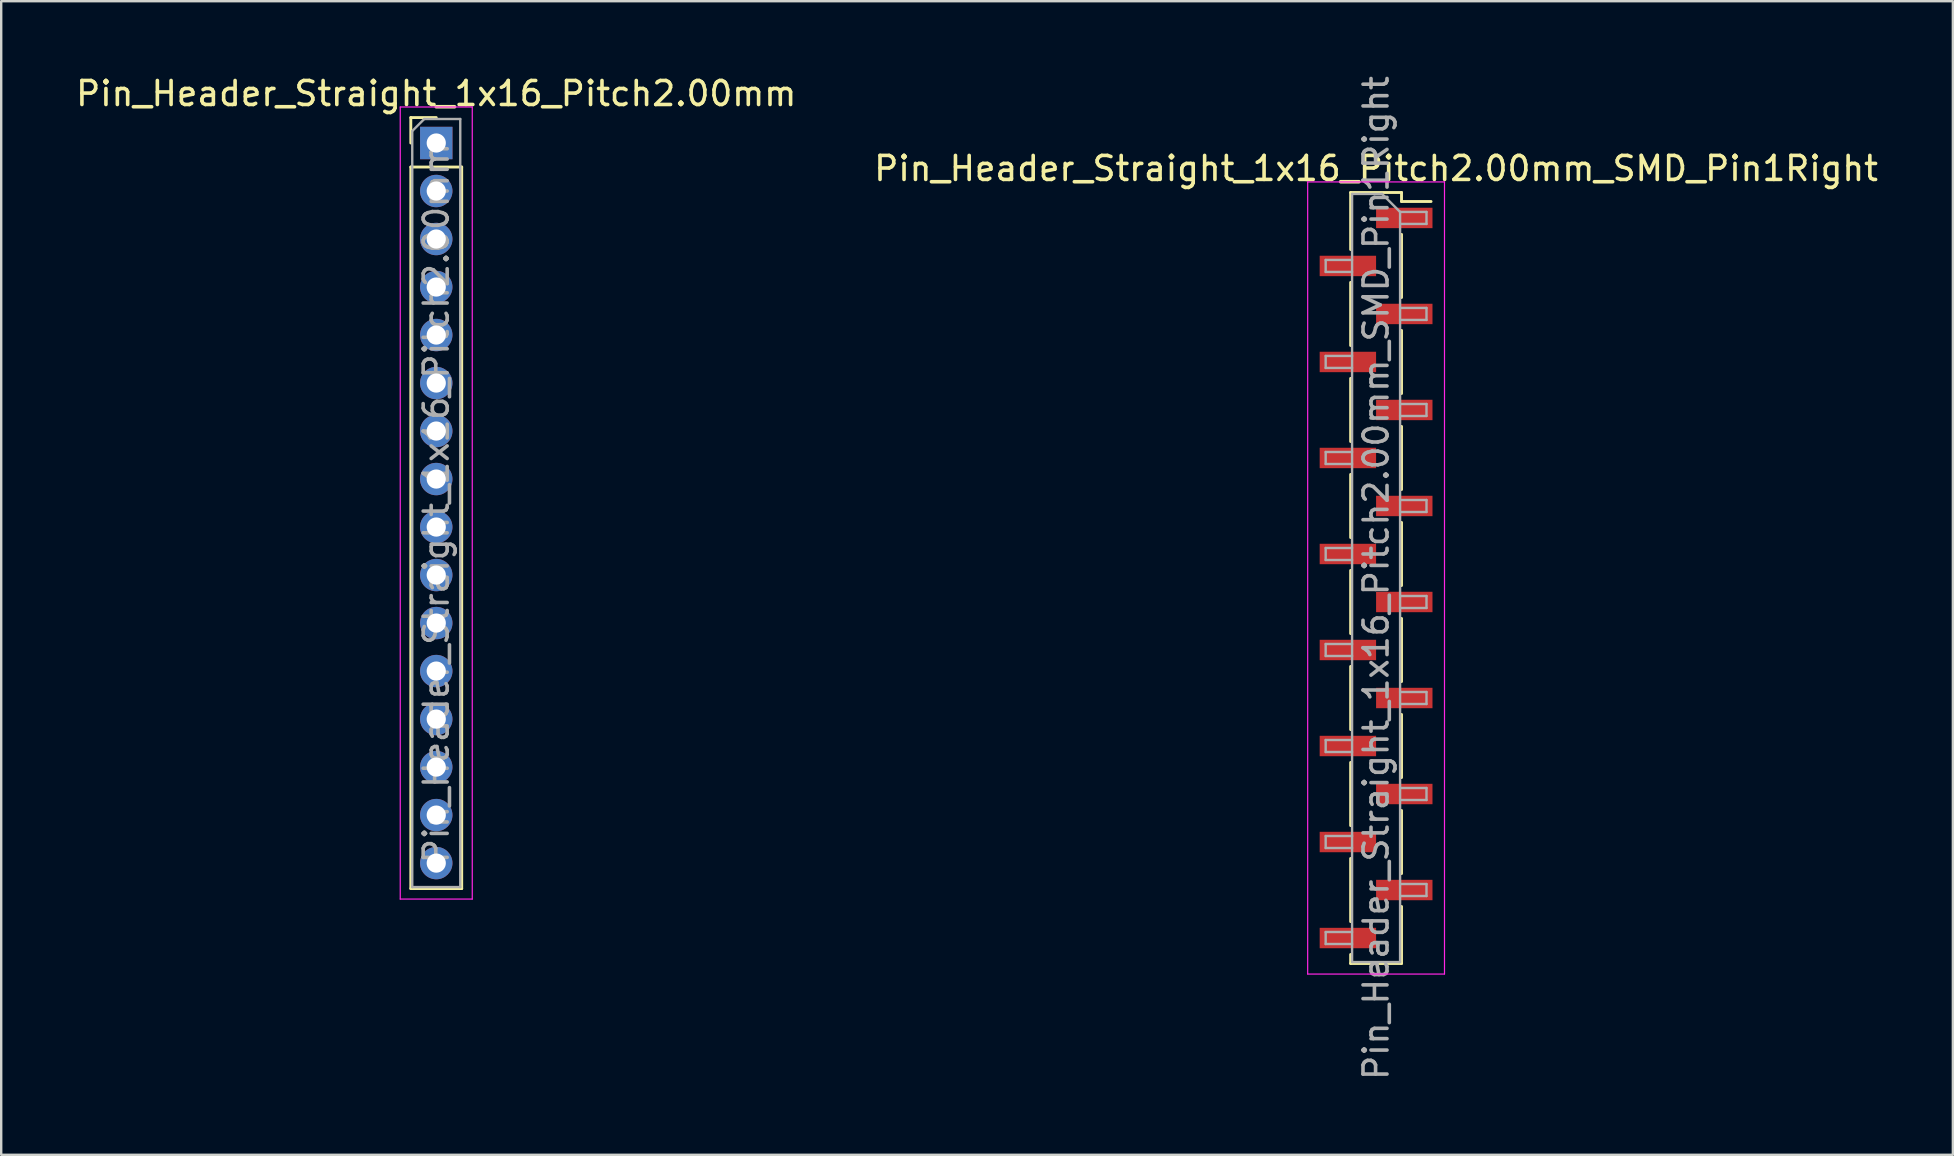
<source format=kicad_pcb>
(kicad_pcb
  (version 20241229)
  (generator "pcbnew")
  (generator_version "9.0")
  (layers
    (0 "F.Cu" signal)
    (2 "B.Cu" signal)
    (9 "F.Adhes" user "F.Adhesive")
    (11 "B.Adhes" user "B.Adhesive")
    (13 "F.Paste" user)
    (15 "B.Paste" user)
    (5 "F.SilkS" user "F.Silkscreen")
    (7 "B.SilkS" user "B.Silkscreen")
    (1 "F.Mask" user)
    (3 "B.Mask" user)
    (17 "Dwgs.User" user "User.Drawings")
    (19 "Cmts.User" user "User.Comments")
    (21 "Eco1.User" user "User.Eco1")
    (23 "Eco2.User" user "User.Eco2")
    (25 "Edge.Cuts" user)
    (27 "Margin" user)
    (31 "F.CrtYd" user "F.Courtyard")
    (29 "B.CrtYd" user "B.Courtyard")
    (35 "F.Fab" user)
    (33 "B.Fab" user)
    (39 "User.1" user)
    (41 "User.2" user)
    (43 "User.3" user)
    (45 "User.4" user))
  (footprint "Pin_Header_Straight_1x16_Pitch2.00mm_SMD_Pin1Right"
    (layer "F.Cu")
    (at 54.28 21.03)
    (property "Reference" "Pin_Header_Straight_1x16_Pitch2.00mm_SMD_Pin1Right" (at 0 -17.06 0) (layer "F.SilkS") (effects (font (size 1 1) (thickness 0.15))))
    (attr smd)
    (fp_line (start -1.06 -16.06) (end -1.06 -13.685) (stroke (width 0.12) (type solid)) (layer "F.SilkS"))
    (fp_line (start -1.06 -16.06) (end 1.06 -16.06) (stroke (width 0.12) (type solid)) (layer "F.SilkS"))
    (fp_line (start -1.06 -12.315) (end -1.06 -9.685) (stroke (width 0.12) (type solid)) (layer "F.SilkS"))
    (fp_line (start -1.06 -8.315) (end -1.06 -5.685) (stroke (width 0.12) (type solid)) (layer "F.SilkS"))
    (fp_line (start -1.06 -4.315) (end -1.06 -1.685) (stroke (width 0.12) (type solid)) (layer "F.SilkS"))
    (fp_line (start -1.06 -0.315) (end -1.06 2.315) (stroke (width 0.12) (type solid)) (layer "F.SilkS"))
    (fp_line (start -1.06 3.685) (end -1.06 6.315) (stroke (width 0.12) (type solid)) (layer "F.SilkS"))
    (fp_line (start -1.06 7.685) (end -1.06 10.315) (stroke (width 0.12) (type solid)) (layer "F.SilkS"))
    (fp_line (start -1.06 11.685) (end -1.06 14.315) (stroke (width 0.12) (type solid)) (layer "F.SilkS"))
    (fp_line (start -1.06 15.685) (end -1.06 16.06) (stroke (width 0.12) (type solid)) (layer "F.SilkS"))
    (fp_line (start -1.06 16.06) (end 1.06 16.06) (stroke (width 0.12) (type solid)) (layer "F.SilkS"))
    (fp_line (start 1.06 -16.06) (end 1.06 -15.685) (stroke (width 0.12) (type solid)) (layer "F.SilkS"))
    (fp_line (start 1.06 -15.685) (end 2.29 -15.685) (stroke (width 0.12) (type solid)) (layer "F.SilkS"))
    (fp_line (start 1.06 -14.315) (end 1.06 -11.685) (stroke (width 0.12) (type solid)) (layer "F.SilkS"))
    (fp_line (start 1.06 -10.315) (end 1.06 -7.685) (stroke (width 0.12) (type solid)) (layer "F.SilkS"))
    (fp_line (start 1.06 -6.315) (end 1.06 -3.685) (stroke (width 0.12) (type solid)) (layer "F.SilkS"))
    (fp_line (start 1.06 -2.315) (end 1.06 0.315) (stroke (width 0.12) (type solid)) (layer "F.SilkS"))
    (fp_line (start 1.06 1.685) (end 1.06 4.315) (stroke (width 0.12) (type solid)) (layer "F.SilkS"))
    (fp_line (start 1.06 5.685) (end 1.06 8.315) (stroke (width 0.12) (type solid)) (layer "F.SilkS"))
    (fp_line (start 1.06 9.685) (end 1.06 12.315) (stroke (width 0.12) (type solid)) (layer "F.SilkS"))
    (fp_line (start 1.06 13.685) (end 1.06 16.06) (stroke (width 0.12) (type solid)) (layer "F.SilkS"))
    (fp_line (start -2.85 -16.5) (end -2.85 16.5) (stroke (width 0.05) (type solid)) (layer "F.CrtYd"))
    (fp_line (start -2.85 16.5) (end 2.85 16.5) (stroke (width 0.05) (type solid)) (layer "F.CrtYd"))
    (fp_line (start 2.85 -16.5) (end -2.85 -16.5) (stroke (width 0.05) (type solid)) (layer "F.CrtYd"))
    (fp_line (start 2.85 16.5) (end 2.85 -16.5) (stroke (width 0.05) (type solid)) (layer "F.CrtYd"))
    (fp_line (start -2.1 -13.25) (end -2.1 -12.75) (stroke (width 0.1) (type solid)) (layer "F.Fab"))
    (fp_line (start -2.1 -12.75) (end -1 -12.75) (stroke (width 0.1) (type solid)) (layer "F.Fab"))
    (fp_line (start -2.1 -9.25) (end -2.1 -8.75) (stroke (width 0.1) (type solid)) (layer "F.Fab"))
    (fp_line (start -2.1 -8.75) (end -1 -8.75) (stroke (width 0.1) (type solid)) (layer "F.Fab"))
    (fp_line (start -2.1 -5.25) (end -2.1 -4.75) (stroke (width 0.1) (type solid)) (layer "F.Fab"))
    (fp_line (start -2.1 -4.75) (end -1 -4.75) (stroke (width 0.1) (type solid)) (layer "F.Fab"))
    (fp_line (start -2.1 -1.25) (end -2.1 -0.75) (stroke (width 0.1) (type solid)) (layer "F.Fab"))
    (fp_line (start -2.1 -0.75) (end -1 -0.75) (stroke (width 0.1) (type solid)) (layer "F.Fab"))
    (fp_line (start -2.1 2.75) (end -2.1 3.25) (stroke (width 0.1) (type solid)) (layer "F.Fab"))
    (fp_line (start -2.1 3.25) (end -1 3.25) (stroke (width 0.1) (type solid)) (layer "F.Fab"))
    (fp_line (start -2.1 6.75) (end -2.1 7.25) (stroke (width 0.1) (type solid)) (layer "F.Fab"))
    (fp_line (start -2.1 7.25) (end -1 7.25) (stroke (width 0.1) (type solid)) (layer "F.Fab"))
    (fp_line (start -2.1 10.75) (end -2.1 11.25) (stroke (width 0.1) (type solid)) (layer "F.Fab"))
    (fp_line (start -2.1 11.25) (end -1 11.25) (stroke (width 0.1) (type solid)) (layer "F.Fab"))
    (fp_line (start -2.1 14.75) (end -2.1 15.25) (stroke (width 0.1) (type solid)) (layer "F.Fab"))
    (fp_line (start -2.1 15.25) (end -1 15.25) (stroke (width 0.1) (type solid)) (layer "F.Fab"))
    (fp_line (start -1 -16) (end -1 16) (stroke (width 0.1) (type solid)) (layer "F.Fab"))
    (fp_line (start -1 -16) (end 0.25 -16) (stroke (width 0.1) (type solid)) (layer "F.Fab"))
    (fp_line (start -1 -13.25) (end -2.1 -13.25) (stroke (width 0.1) (type solid)) (layer "F.Fab"))
    (fp_line (start -1 -9.25) (end -2.1 -9.25) (stroke (width 0.1) (type solid)) (layer "F.Fab"))
    (fp_line (start -1 -5.25) (end -2.1 -5.25) (stroke (width 0.1) (type solid)) (layer "F.Fab"))
    (fp_line (start -1 -1.25) (end -2.1 -1.25) (stroke (width 0.1) (type solid)) (layer "F.Fab"))
    (fp_line (start -1 2.75) (end -2.1 2.75) (stroke (width 0.1) (type solid)) (layer "F.Fab"))
    (fp_line (start -1 6.75) (end -2.1 6.75) (stroke (width 0.1) (type solid)) (layer "F.Fab"))
    (fp_line (start -1 10.75) (end -2.1 10.75) (stroke (width 0.1) (type solid)) (layer "F.Fab"))
    (fp_line (start -1 14.75) (end -2.1 14.75) (stroke (width 0.1) (type solid)) (layer "F.Fab"))
    (fp_line (start 1 -15.25) (end 0.25 -16) (stroke (width 0.1) (type solid)) (layer "F.Fab"))
    (fp_line (start 1 -15.25) (end 2.1 -15.25) (stroke (width 0.1) (type solid)) (layer "F.Fab"))
    (fp_line (start 1 -11.25) (end 2.1 -11.25) (stroke (width 0.1) (type solid)) (layer "F.Fab"))
    (fp_line (start 1 -7.25) (end 2.1 -7.25) (stroke (width 0.1) (type solid)) (layer "F.Fab"))
    (fp_line (start 1 -3.25) (end 2.1 -3.25) (stroke (width 0.1) (type solid)) (layer "F.Fab"))
    (fp_line (start 1 0.75) (end 2.1 0.75) (stroke (width 0.1) (type solid)) (layer "F.Fab"))
    (fp_line (start 1 4.75) (end 2.1 4.75) (stroke (width 0.1) (type solid)) (layer "F.Fab"))
    (fp_line (start 1 8.75) (end 2.1 8.75) (stroke (width 0.1) (type solid)) (layer "F.Fab"))
    (fp_line (start 1 12.75) (end 2.1 12.75) (stroke (width 0.1) (type solid)) (layer "F.Fab"))
    (fp_line (start 1 16) (end -1 16) (stroke (width 0.1) (type solid)) (layer "F.Fab"))
    (fp_line (start 1 16) (end 1 -15.25) (stroke (width 0.1) (type solid)) (layer "F.Fab"))
    (fp_line (start 2.1 -15.25) (end 2.1 -14.75) (stroke (width 0.1) (type solid)) (layer "F.Fab"))
    (fp_line (start 2.1 -14.75) (end 1 -14.75) (stroke (width 0.1) (type solid)) (layer "F.Fab"))
    (fp_line (start 2.1 -11.25) (end 2.1 -10.75) (stroke (width 0.1) (type solid)) (layer "F.Fab"))
    (fp_line (start 2.1 -10.75) (end 1 -10.75) (stroke (width 0.1) (type solid)) (layer "F.Fab"))
    (fp_line (start 2.1 -7.25) (end 2.1 -6.75) (stroke (width 0.1) (type solid)) (layer "F.Fab"))
    (fp_line (start 2.1 -6.75) (end 1 -6.75) (stroke (width 0.1) (type solid)) (layer "F.Fab"))
    (fp_line (start 2.1 -3.25) (end 2.1 -2.75) (stroke (width 0.1) (type solid)) (layer "F.Fab"))
    (fp_line (start 2.1 -2.75) (end 1 -2.75) (stroke (width 0.1) (type solid)) (layer "F.Fab"))
    (fp_line (start 2.1 0.75) (end 2.1 1.25) (stroke (width 0.1) (type solid)) (layer "F.Fab"))
    (fp_line (start 2.1 1.25) (end 1 1.25) (stroke (width 0.1) (type solid)) (layer "F.Fab"))
    (fp_line (start 2.1 4.75) (end 2.1 5.25) (stroke (width 0.1) (type solid)) (layer "F.Fab"))
    (fp_line (start 2.1 5.25) (end 1 5.25) (stroke (width 0.1) (type solid)) (layer "F.Fab"))
    (fp_line (start 2.1 8.75) (end 2.1 9.25) (stroke (width 0.1) (type solid)) (layer "F.Fab"))
    (fp_line (start 2.1 9.25) (end 1 9.25) (stroke (width 0.1) (type solid)) (layer "F.Fab"))
    (fp_line (start 2.1 12.75) (end 2.1 13.25) (stroke (width 0.1) (type solid)) (layer "F.Fab"))
    (fp_line (start 2.1 13.25) (end 1 13.25) (stroke (width 0.1) (type solid)) (layer "F.Fab"))
    (fp_text user "${REFERENCE}" (at 0 0 90) (layer "F.Fab") (effects (font (size 1 1) (thickness 0.15))))
    (pad "1" smd rect (at 1.175 -15) (size 2.35 0.85) (layers "F.Cu" "F.Mask" "F.Paste"))
    (pad "2" smd rect (at -1.175 -13) (size 2.35 0.85) (layers "F.Cu" "F.Mask" "F.Paste"))
    (pad "3" smd rect (at 1.175 -11) (size 2.35 0.85) (layers "F.Cu" "F.Mask" "F.Paste"))
    (pad "4" smd rect (at -1.175 -9) (size 2.35 0.85) (layers "F.Cu" "F.Mask" "F.Paste"))
    (pad "5" smd rect (at 1.175 -7) (size 2.35 0.85) (layers "F.Cu" "F.Mask" "F.Paste"))
    (pad "6" smd rect (at -1.175 -5) (size 2.35 0.85) (layers "F.Cu" "F.Mask" "F.Paste"))
    (pad "7" smd rect (at 1.175 -3) (size 2.35 0.85) (layers "F.Cu" "F.Mask" "F.Paste"))
    (pad "8" smd rect (at -1.175 -1) (size 2.35 0.85) (layers "F.Cu" "F.Mask" "F.Paste"))
    (pad "9" smd rect (at 1.175 1) (size 2.35 0.85) (layers "F.Cu" "F.Mask" "F.Paste"))
    (pad "10" smd rect (at -1.175 3) (size 2.35 0.85) (layers "F.Cu" "F.Mask" "F.Paste"))
    (pad "11" smd rect (at 1.175 5) (size 2.35 0.85) (layers "F.Cu" "F.Mask" "F.Paste"))
    (pad "12" smd rect (at -1.175 7) (size 2.35 0.85) (layers "F.Cu" "F.Mask" "F.Paste"))
    (pad "13" smd rect (at 1.175 9) (size 2.35 0.85) (layers "F.Cu" "F.Mask" "F.Paste"))
    (pad "14" smd rect (at -1.175 11) (size 2.35 0.85) (layers "F.Cu" "F.Mask" "F.Paste"))
    (pad "15" smd rect (at 1.175 13) (size 2.35 0.85) (layers "F.Cu" "F.Mask" "F.Paste"))
    (pad "16" smd rect (at -1.175 15) (size 2.35 0.85) (layers "F.Cu" "F.Mask" "F.Paste")))
  (footprint "Pin_Header_Straight_1x16_Pitch2.00mm"
    (layer "F.Cu")
    (at 15.125 2.908)
    (property "Reference" "Pin_Header_Straight_1x16_Pitch2.00mm" (at 0 -2.06 0) (layer "F.SilkS") (effects (font (size 1 1) (thickness 0.15))))
    (attr through_hole)
    (fp_line (start -1.06 -1.06) (end 0 -1.06) (stroke (width 0.12) (type solid)) (layer "F.SilkS"))
    (fp_line (start -1.06 0) (end -1.06 -1.06) (stroke (width 0.12) (type solid)) (layer "F.SilkS"))
    (fp_line (start -1.06 1) (end -1.06 31.06) (stroke (width 0.12) (type solid)) (layer "F.SilkS"))
    (fp_line (start -1.06 1) (end 1.06 1) (stroke (width 0.12) (type solid)) (layer "F.SilkS"))
    (fp_line (start -1.06 31.06) (end 1.06 31.06) (stroke (width 0.12) (type solid)) (layer "F.SilkS"))
    (fp_line (start 1.06 1) (end 1.06 31.06) (stroke (width 0.12) (type solid)) (layer "F.SilkS"))
    (fp_line (start -1.5 -1.5) (end -1.5 31.5) (stroke (width 0.05) (type solid)) (layer "F.CrtYd"))
    (fp_line (start -1.5 31.5) (end 1.5 31.5) (stroke (width 0.05) (type solid)) (layer "F.CrtYd"))
    (fp_line (start 1.5 -1.5) (end -1.5 -1.5) (stroke (width 0.05) (type solid)) (layer "F.CrtYd"))
    (fp_line (start 1.5 31.5) (end 1.5 -1.5) (stroke (width 0.05) (type solid)) (layer "F.CrtYd"))
    (fp_line (start -1 -0.5) (end -0.5 -1) (stroke (width 0.1) (type solid)) (layer "F.Fab"))
    (fp_line (start -1 31) (end -1 -0.5) (stroke (width 0.1) (type solid)) (layer "F.Fab"))
    (fp_line (start -0.5 -1) (end 1 -1) (stroke (width 0.1) (type solid)) (layer "F.Fab"))
    (fp_line (start 1 -1) (end 1 31) (stroke (width 0.1) (type solid)) (layer "F.Fab"))
    (fp_line (start 1 31) (end -1 31) (stroke (width 0.1) (type solid)) (layer "F.Fab"))
    (fp_text user "${REFERENCE}" (at 0 15 90) (layer "F.Fab") (effects (font (size 1 1) (thickness 0.15))))
    (pad "1" thru_hole rect (at 0 0) (size 1.35 1.35) (drill 0.8) (layers "*.Cu" "*.Mask"))
    (pad "2" thru_hole oval (at 0 2) (size 1.35 1.35) (drill 0.8) (layers "*.Cu" "*.Mask"))
    (pad "3" thru_hole oval (at 0 4) (size 1.35 1.35) (drill 0.8) (layers "*.Cu" "*.Mask"))
    (pad "4" thru_hole oval (at 0 6) (size 1.35 1.35) (drill 0.8) (layers "*.Cu" "*.Mask"))
    (pad "5" thru_hole oval (at 0 8) (size 1.35 1.35) (drill 0.8) (layers "*.Cu" "*.Mask"))
    (pad "6" thru_hole oval (at 0 10) (size 1.35 1.35) (drill 0.8) (layers "*.Cu" "*.Mask"))
    (pad "7" thru_hole oval (at 0 12) (size 1.35 1.35) (drill 0.8) (layers "*.Cu" "*.Mask"))
    (pad "8" thru_hole oval (at 0 14) (size 1.35 1.35) (drill 0.8) (layers "*.Cu" "*.Mask"))
    (pad "9" thru_hole oval (at 0 16) (size 1.35 1.35) (drill 0.8) (layers "*.Cu" "*.Mask"))
    (pad "10" thru_hole oval (at 0 18) (size 1.35 1.35) (drill 0.8) (layers "*.Cu" "*.Mask"))
    (pad "11" thru_hole oval (at 0 20) (size 1.35 1.35) (drill 0.8) (layers "*.Cu" "*.Mask"))
    (pad "12" thru_hole oval (at 0 22) (size 1.35 1.35) (drill 0.8) (layers "*.Cu" "*.Mask"))
    (pad "13" thru_hole oval (at 0 24) (size 1.35 1.35) (drill 0.8) (layers "*.Cu" "*.Mask"))
    (pad "14" thru_hole oval (at 0 26) (size 1.35 1.35) (drill 0.8) (layers "*.Cu" "*.Mask"))
    (pad "15" thru_hole oval (at 0 28) (size 1.35 1.35) (drill 0.8) (layers "*.Cu" "*.Mask"))
    (pad "16" thru_hole oval (at 0 30) (size 1.35 1.35) (drill 0.8) (layers "*.Cu" "*.Mask")))
  (gr_rect
    (start -3 -3)
    (end 78.31 45.06)
    (stroke (width 0.1) (type default))
    (fill no)
    (layer "Edge.Cuts")))
</source>
